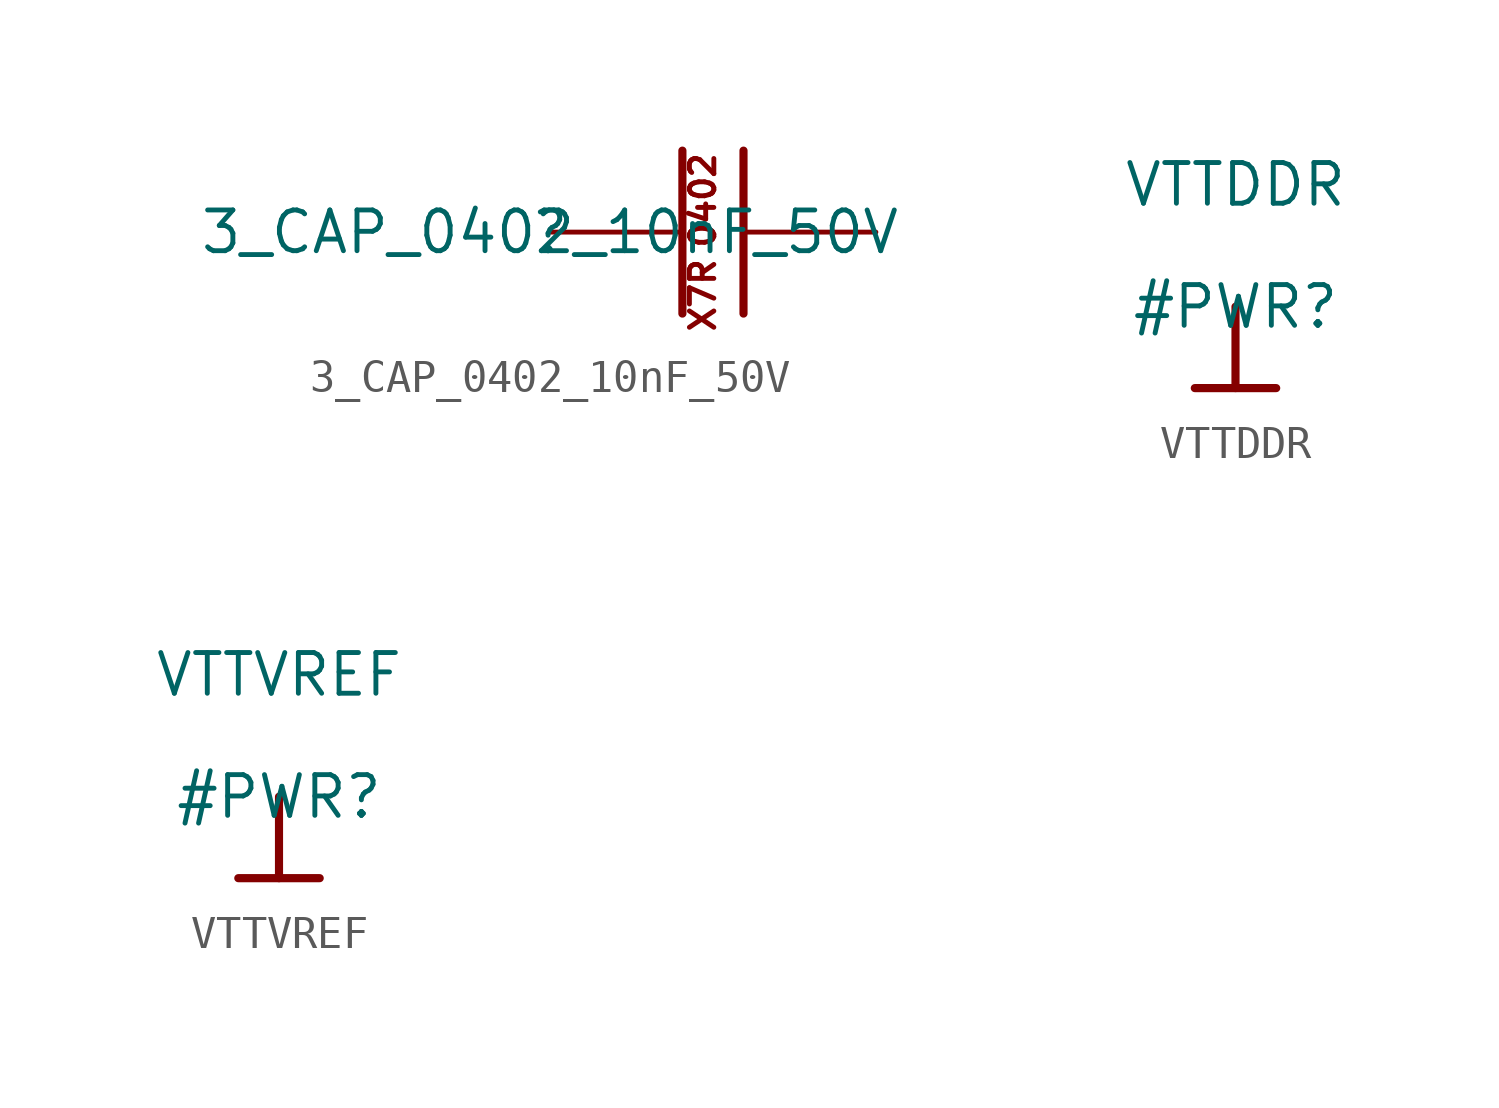
<source format=kicad_sym>
(kicad_symbol_lib
  (version 20211014)
  (generator kicad_symbol_editor)
  (symbol "3_CAP_0402_10nF_50V"
    (property "Reference" ""
      (at 0 0 0)
      (effects (font (size 1.27 1.27))))
    (property "Value" "3_CAP_0402_10nF_50V"
      (at 0 0 0)
      (effects (font (size 1.27 1.27))))
    (symbol "3_CAP_0402_10nF_50V_1_0"
      (polyline (pts (xy 4.128 2.54) (xy 4.128 -2.54)) (stroke (width 0.254) (type default) (color 0 0 0 0)) (fill (type none)))
      (polyline (pts (xy 6.033 2.54) (xy 6.033 -2.54)) (stroke (width 0.254) (type default) (color 0 0 0 0)) (fill (type none)))
      (text "0402" (at 4.318 2.54 900) (effects (font (size 0.762 0.762)) (justify right top)))
      (text "X7R" (at 4.318 -0.762 900) (effects (font (size 0.762 0.762)) (justify right top)))
      (pin passive line (at 10.16 0 180) (length 4.064) (name "1" (effects (font (size 0 0)))) (number "1" (effects (font (size 0 0)))))
      (pin passive line (at 0 0 0) (length 4.064) (name "2" (effects (font (size 0 0)))) (number "2" (effects (font (size 0 0)))))))
  (symbol "VTTDDR"
    (power)
    (property "Reference" "#PWR"
      (at 0 0 0)
      (effects (font (size 1.27 1.27))))
    (property "Value" "VTTDDR"
      (at 0 3.81 0)
      (effects (font (size 1.27 1.27))))
    (symbol "VTTDDR_0_0"
      (polyline (pts (xy -1.27 -2.54) (xy 1.27 -2.54)) (stroke (width 0.254) (type default) (color 0 0 0 0)) (fill (type none)))
      (polyline (pts (xy 0 0) (xy 0 -2.54)) (stroke (width 0.254) (type default) (color 0 0 0 0)) (fill (type none)))
      (pin power_in line (at 0 0 0) (length 0) hide (name "VTTDDR" (effects (font (size 1.27 1.27)))) (number "" (effects (font (size 1.27 1.27)))))))
  (symbol "VTTVREF"
    (power)
    (property "Reference" "#PWR"
      (at 0 0 0)
      (effects (font (size 1.27 1.27))))
    (property "Value" "VTTVREF"
      (at 0 3.81 0)
      (effects (font (size 1.27 1.27))))
    (symbol "VTTVREF_0_0"
      (polyline (pts (xy -1.27 -2.54) (xy 1.27 -2.54)) (stroke (width 0.254) (type default) (color 0 0 0 0)) (fill (type none)))
      (polyline (pts (xy 0 0) (xy 0 -2.54)) (stroke (width 0.254) (type default) (color 0 0 0 0)) (fill (type none)))
      (pin power_in line (at 0 0 0) (length 0) hide (name "VTTVREF" (effects (font (size 1.27 1.27)))) (number "" (effects (font (size 1.27 1.27))))))))
</source>
